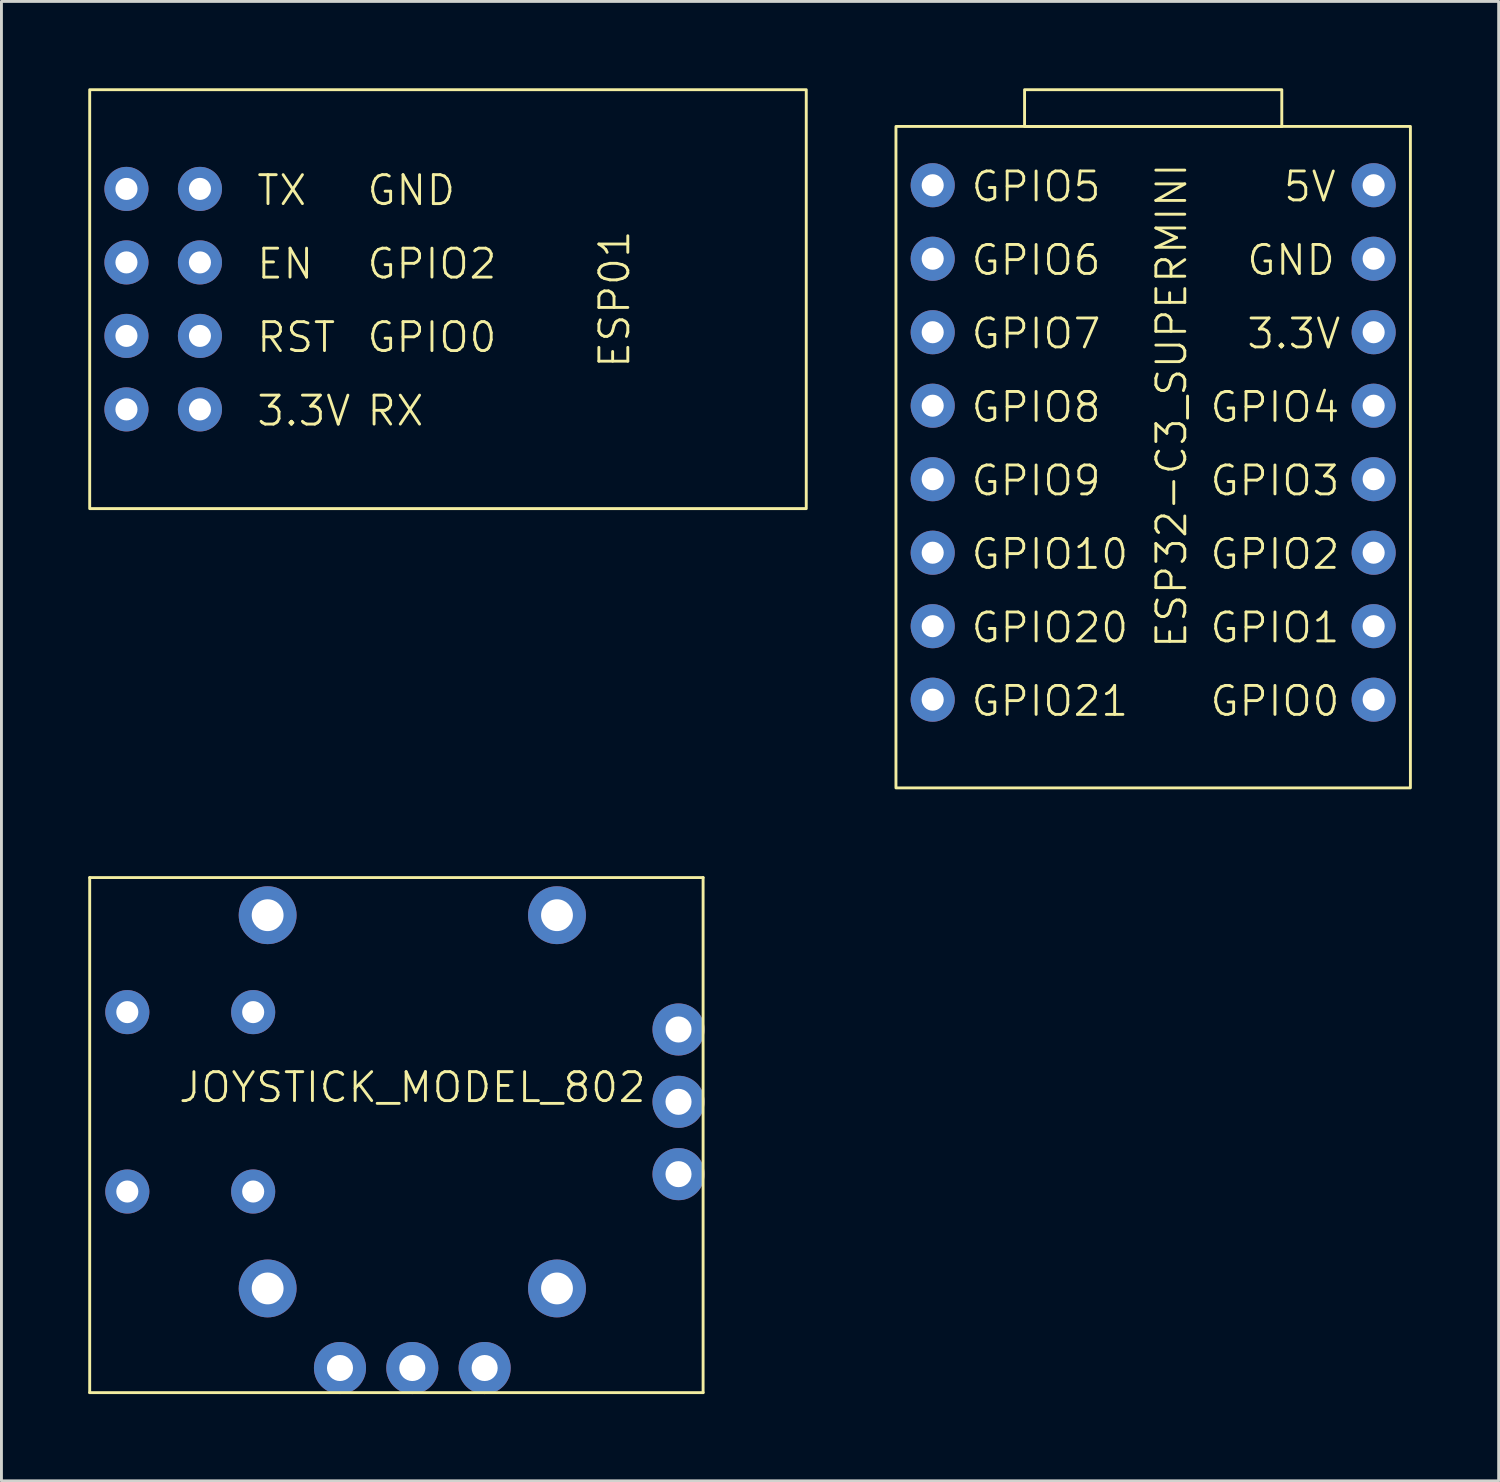
<source format=kicad_pcb>
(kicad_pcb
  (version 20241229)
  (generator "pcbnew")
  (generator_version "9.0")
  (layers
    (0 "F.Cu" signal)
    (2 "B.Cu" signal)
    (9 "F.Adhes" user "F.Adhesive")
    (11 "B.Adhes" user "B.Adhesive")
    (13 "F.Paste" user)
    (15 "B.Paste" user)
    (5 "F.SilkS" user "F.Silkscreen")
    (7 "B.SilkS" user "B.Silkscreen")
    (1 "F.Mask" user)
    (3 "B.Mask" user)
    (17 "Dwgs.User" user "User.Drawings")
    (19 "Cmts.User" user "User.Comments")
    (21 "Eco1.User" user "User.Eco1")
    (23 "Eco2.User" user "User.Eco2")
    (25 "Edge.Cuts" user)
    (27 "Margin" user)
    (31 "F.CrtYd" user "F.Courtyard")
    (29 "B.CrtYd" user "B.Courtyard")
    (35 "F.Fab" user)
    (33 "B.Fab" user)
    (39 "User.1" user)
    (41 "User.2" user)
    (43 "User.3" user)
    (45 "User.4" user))
  (footprint "JOYSTICK_MODEL_802"
    (layer "F.Cu")
    (at 11.2 35.03)
    (property "Reference" "JOYSTICK_MODEL_802" (at 0 -0.5 0) (unlocked yes) (layer "F.SilkS") (effects (font (size 1 1) (thickness 0.1))))
    (attr through_hole)
    (fp_line (start -11.15 -7.75) (end -11.15 10.05) (stroke (width 0.1) (type default)) (layer "F.SilkS"))
    (fp_line (start -11.15 -7.75) (end 10.05 -7.75) (stroke (width 0.1) (type default)) (layer "F.SilkS"))
    (fp_line (start -11.15 10.05) (end 10.05 10.05) (stroke (width 0.1) (type default)) (layer "F.SilkS"))
    (fp_line (start 10.05 -7.75) (end 10.05 10.05) (stroke (width 0.1) (type default)) (layer "F.SilkS"))
    (pad "1" thru_hole circle (at -2.5 9.2) (size 1.8 1.8) (drill 0.9) (layers "*.Cu" "*.Mask"))
    (pad "2" thru_hole circle (at 0 9.2) (size 1.8 1.8) (drill 0.9) (layers "*.Cu" "*.Mask"))
    (pad "3" thru_hole circle (at 2.5 9.2) (size 1.8 1.8) (drill 0.9) (layers "*.Cu" "*.Mask"))
    (pad "4" thru_hole circle (at 9.2 2.5) (size 1.8 1.8) (drill 0.9) (layers "*.Cu" "*.Mask"))
    (pad "5" thru_hole circle (at 9.2 0) (size 1.8 1.8) (drill 0.9) (layers "*.Cu" "*.Mask"))
    (pad "6" thru_hole circle (at 9.2 -2.5) (size 1.8 1.8) (drill 0.9) (layers "*.Cu" "*.Mask"))
    (pad "7" thru_hole circle (at -5.5 -3.1) (size 1.524 1.524) (drill 0.762) (layers "*.Cu" "*.Mask"))
    (pad "8" thru_hole circle (at -5.5 3.1) (size 1.524 1.524) (drill 0.762) (layers "*.Cu" "*.Mask"))
    (pad "9" thru_hole circle (at -9.85 -3.1) (size 1.524 1.524) (drill 0.762) (layers "*.Cu" "*.Mask"))
    (pad "10" thru_hole circle (at -9.85 3.1) (size 1.524 1.524) (drill 0.762) (layers "*.Cu" "*.Mask"))
    (pad "11" thru_hole circle (at 5 6.45) (size 2 2) (drill 1.1) (layers "*.Cu" "*.Mask"))
    (pad "12" thru_hole circle (at 5 -6.45) (size 2 2) (drill 1.1) (layers "*.Cu" "*.Mask"))
    (pad "13" thru_hole circle (at -5 6.45) (size 2 2) (drill 1.1) (layers "*.Cu" "*.Mask"))
    (pad "14" thru_hole circle (at -5 -6.45) (size 2 2) (drill 1.1) (layers "*.Cu" "*.Mask")))
  (footprint "ESP32-C3_SUPERMINI"
    (layer "F.Cu")
    (at 36.805 12.242)
    (property "Reference" "ESP32-C3_SUPERMINI" (at 0.635 -1.27 90) (unlocked yes) (layer "F.SilkS") (effects (font (size 1 1) (thickness 0.1))))
    (attr through_hole)
    (fp_rect (start -8.89 -10.922) (end 8.89 11.938) (stroke (width 0.1) (type default)) (fill no) (layer "F.SilkS"))
    (fp_rect (start -4.445 -12.192) (end 4.445 -10.922) (stroke (width 0.1) (type default)) (fill no) (layer "F.SilkS"))
    (fp_text user "GPIO6" (at -6.35 -5.715 0) (unlocked yes) (layer "F.SilkS") (effects (font (size 1 1) (thickness 0.1)) (justify left bottom)))
    (fp_text user "GPIO5" (at -6.35 -8.255 0) (unlocked yes) (layer "F.SilkS") (effects (font (size 1 1) (thickness 0.1)) (justify left bottom)))
    (fp_text user "GPIO8" (at -6.35 -0.635 0) (unlocked yes) (layer "F.SilkS") (effects (font (size 1 1) (thickness 0.1)) (justify left bottom)))
    (fp_text user "GPIO10" (at -6.35 4.445 0) (unlocked yes) (layer "F.SilkS") (effects (font (size 1 1) (thickness 0.1)) (justify left bottom)))
    (fp_text user "3.3V" (at 3.175 -3.175 0) (unlocked yes) (layer "F.SilkS") (effects (font (size 1 1) (thickness 0.1)) (justify left bottom)))
    (fp_text user "GPIO3" (at 1.905 1.905 0) (unlocked yes) (layer "F.SilkS") (effects (font (size 1 1) (thickness 0.1)) (justify left bottom)))
    (fp_text user "GPIO7" (at -6.35 -3.175 0) (unlocked yes) (layer "F.SilkS") (effects (font (size 1 1) (thickness 0.1)) (justify left bottom)))
    (fp_text user "GND" (at 3.175 -5.715 0) (unlocked yes) (layer "F.SilkS") (effects (font (size 1 1) (thickness 0.1)) (justify left bottom)))
    (fp_text user "GPIO4" (at 1.905 -0.635 0) (unlocked yes) (layer "F.SilkS") (effects (font (size 1 1) (thickness 0.1)) (justify left bottom)))
    (fp_text user "GPIO21" (at -6.35 9.525 0) (unlocked yes) (layer "F.SilkS") (effects (font (size 1 1) (thickness 0.1)) (justify left bottom)))
    (fp_text user "5V" (at 4.445 -8.255 0) (unlocked yes) (layer "F.SilkS") (effects (font (size 1 1) (thickness 0.1)) (justify left bottom)))
    (fp_text user "GPIO0" (at 1.905 9.525 0) (unlocked yes) (layer "F.SilkS") (effects (font (size 1 1) (thickness 0.1)) (justify left bottom)))
    (fp_text user "GPIO20" (at -6.35 6.985 0) (unlocked yes) (layer "F.SilkS") (effects (font (size 1 1) (thickness 0.1)) (justify left bottom)))
    (fp_text user "GPIO1" (at 1.905 6.985 0) (unlocked yes) (layer "F.SilkS") (effects (font (size 1 1) (thickness 0.1)) (justify left bottom)))
    (fp_text user "GPIO2" (at 1.905 4.445 0) (unlocked yes) (layer "F.SilkS") (effects (font (size 1 1) (thickness 0.1)) (justify left bottom)))
    (fp_text user "GPIO9" (at -6.35 1.905 0) (unlocked yes) (layer "F.SilkS") (effects (font (size 1 1) (thickness 0.1)) (justify left bottom)))
    (pad "1" thru_hole circle (at 7.62 -8.89) (size 1.524 1.524) (drill 0.762) (layers "*.Cu" "*.Mask"))
    (pad "2" thru_hole circle (at 7.62 -6.35) (size 1.524 1.524) (drill 0.762) (layers "*.Cu" "*.Mask"))
    (pad "3" thru_hole circle (at 7.62 -3.81) (size 1.524 1.524) (drill 0.762) (layers "*.Cu" "*.Mask"))
    (pad "4" thru_hole circle (at 7.62 -1.27) (size 1.524 1.524) (drill 0.762) (layers "*.Cu" "*.Mask"))
    (pad "5" thru_hole circle (at 7.62 1.27) (size 1.524 1.524) (drill 0.762) (layers "*.Cu" "*.Mask"))
    (pad "6" thru_hole circle (at 7.62 3.81) (size 1.524 1.524) (drill 0.762) (layers "*.Cu" "*.Mask"))
    (pad "7" thru_hole circle (at 7.62 6.35) (size 1.524 1.524) (drill 0.762) (layers "*.Cu" "*.Mask"))
    (pad "8" thru_hole circle (at 7.62 8.89) (size 1.524 1.524) (drill 0.762) (layers "*.Cu" "*.Mask"))
    (pad "9" thru_hole circle (at -7.62 -8.89) (size 1.524 1.524) (drill 0.762) (layers "*.Cu" "*.Mask"))
    (pad "10" thru_hole circle (at -7.62 -6.35) (size 1.524 1.524) (drill 0.762) (layers "*.Cu" "*.Mask"))
    (pad "11" thru_hole circle (at -7.62 -3.81) (size 1.524 1.524) (drill 0.762) (layers "*.Cu" "*.Mask"))
    (pad "12" thru_hole circle (at -7.62 -1.27) (size 1.524 1.524) (drill 0.762) (layers "*.Cu" "*.Mask"))
    (pad "13" thru_hole circle (at -7.62 1.27) (size 1.524 1.524) (drill 0.762) (layers "*.Cu" "*.Mask"))
    (pad "14" thru_hole circle (at -7.62 3.81) (size 1.524 1.524) (drill 0.762) (layers "*.Cu" "*.Mask"))
    (pad "15" thru_hole circle (at -7.62 6.35) (size 1.524 1.524) (drill 0.762) (layers "*.Cu" "*.Mask"))
    (pad "16" thru_hole circle (at -7.62 8.89) (size 1.524 1.524) (drill 0.762) (layers "*.Cu" "*.Mask")))
  (footprint "ESP01"
    (layer "F.Cu")
    (at 2.59 7.289)
    (property "Reference" "ESP01" (at 15.6 0 90) (unlocked yes) (layer "F.SilkS") (effects (font (size 1 1) (thickness 0.1))))
    (attr through_hole)
    (fp_rect (start -2.54 -7.239) (end 22.225 7.239) (stroke (width 0.1) (type default)) (fill no) (layer "F.SilkS"))
    (fp_text user "RX" (at 6.985 4.445 0) (unlocked yes) (layer "F.SilkS") (effects (font (size 1 1) (thickness 0.1)) (justify left bottom)))
    (fp_text user "TX" (at 3.175 -3.175 0) (unlocked yes) (layer "F.SilkS") (effects (font (size 1 1) (thickness 0.1)) (justify left bottom)))
    (fp_text user "GND" (at 6.985 -3.175 0) (unlocked yes) (layer "F.SilkS") (effects (font (size 1 1) (thickness 0.1)) (justify left bottom)))
    (fp_text user "RST" (at 3.175 1.905 0) (unlocked yes) (layer "F.SilkS") (effects (font (size 1 1) (thickness 0.1)) (justify left bottom)))
    (fp_text user "EN" (at 3.175 -0.635 0) (unlocked yes) (layer "F.SilkS") (effects (font (size 1 1) (thickness 0.1)) (justify left bottom)))
    (fp_text user "GPIO2" (at 6.985 -0.635 0) (unlocked yes) (layer "F.SilkS") (effects (font (size 1 1) (thickness 0.1)) (justify left bottom)))
    (fp_text user "3.3V" (at 3.175 4.445 0) (unlocked yes) (layer "F.SilkS") (effects (font (size 1 1) (thickness 0.1)) (justify left bottom)))
    (fp_text user "GPIO0" (at 6.985 1.905 0) (unlocked yes) (layer "F.SilkS") (effects (font (size 1 1) (thickness 0.1)) (justify left bottom)))
    (pad "1" thru_hole circle (at 1.27 -3.81) (size 1.524 1.524) (drill 0.762) (layers "*.Cu" "*.Mask"))
    (pad "2" thru_hole circle (at 1.27 -1.27) (size 1.524 1.524) (drill 0.762) (layers "*.Cu" "*.Mask"))
    (pad "3" thru_hole circle (at 1.27 1.27) (size 1.524 1.524) (drill 0.762) (layers "*.Cu" "*.Mask"))
    (pad "4" thru_hole circle (at 1.27 3.81) (size 1.524 1.524) (drill 0.762) (layers "*.Cu" "*.Mask"))
    (pad "5" thru_hole circle (at -1.27 -3.81) (size 1.524 1.524) (drill 0.762) (layers "*.Cu" "*.Mask"))
    (pad "6" thru_hole circle (at -1.27 -1.27) (size 1.524 1.524) (drill 0.762) (layers "*.Cu" "*.Mask"))
    (pad "7" thru_hole circle (at -1.27 1.27) (size 1.524 1.524) (drill 0.762) (layers "*.Cu" "*.Mask"))
    (pad "8" thru_hole circle (at -1.27 3.81) (size 1.524 1.524) (drill 0.762) (layers "*.Cu" "*.Mask")))
  (gr_rect
    (start -3 -3)
    (end 48.745 48.13)
    (stroke (width 0.1) (type default))
    (fill no)
    (layer "Edge.Cuts")))
</source>
